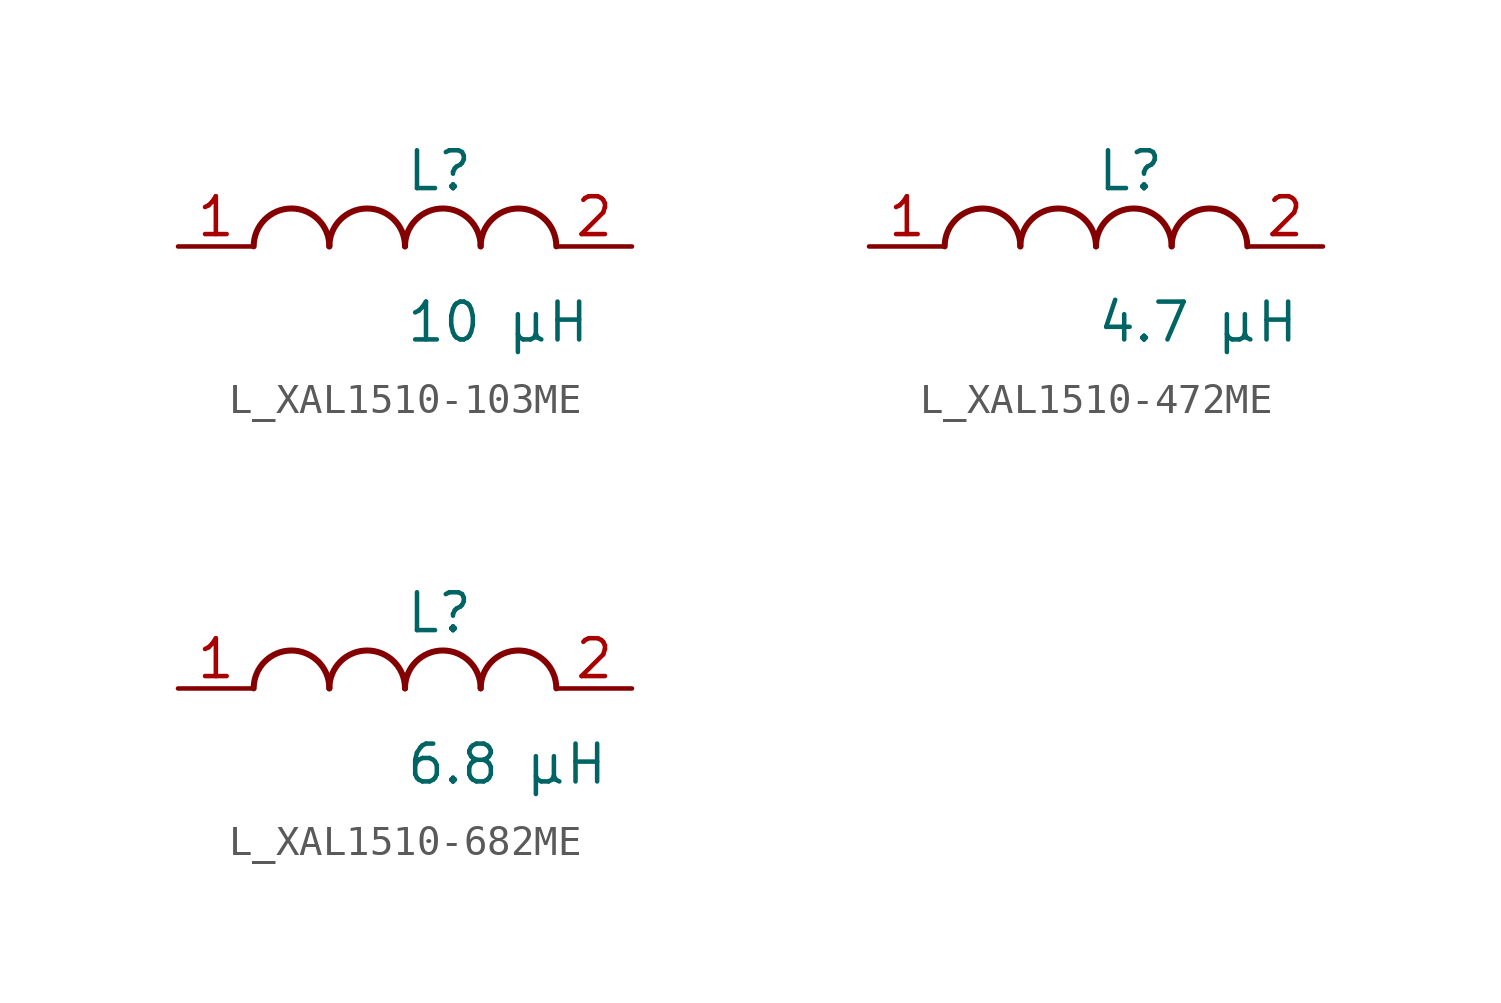
<source format=kicad_sym>
(kicad_symbol_lib
  (version 20231120)
  (generator kicad_symbol_editor)
  (generator_version 8.0)
  (symbol "L_XAL1510-103ME"
    (pin_names
      (offset 0.254))
    (property "Value" "10 µH"
      (at 0 -2.54 0)
      (effects (font (size 1.27 1.27)) (justify left)))
    (property "Reference" "L"
      (at 0 2.54 0)
      (effects (font (size 1.27 1.27)) (justify left)))
    (symbol "L_XAL1510-103ME_1_1"
      (arc (start -2.54 0.0056) (mid -3.81 1.27) (end -5.08 0.0056) (stroke (width 0.2032) (type default)) (fill (type none)))
      (arc (start 0 0.0056) (mid -1.27 1.27) (end -2.54 0.0056) (stroke (width 0.2032) (type default)) (fill (type none)))
      (arc (start 2.54 0.0056) (mid 1.27 1.27) (end 0 0.0056) (stroke (width 0.2032) (type default)) (fill (type none)))
      (arc (start 5.08 0.0056) (mid 3.81 1.27) (end 2.54 0.0056) (stroke (width 0.2032) (type default)) (fill (type none)))
      (pin unspecified line (at -7.62 0 0) (length 2.54) (name "" (effects (font (size 1.27 1.27)))) (number "1" (effects (font (size 1.27 1.27)))))
      (pin unspecified line (at 7.62 0 180) (length 2.54) (name "" (effects (font (size 1.27 1.27)))) (number "2" (effects (font (size 1.27 1.27)))))))
  (symbol "L_XAL1510-472ME"
    (pin_names
      (offset 0.254))
    (property "Value" "4.7 µH"
      (at 0 -2.54 0)
      (effects (font (size 1.27 1.27)) (justify left)))
    (property "Reference" "L"
      (at 0 2.54 0)
      (effects (font (size 1.27 1.27)) (justify left)))
    (symbol "L_XAL1510-472ME_1_1"
      (arc (start -2.54 0.0056) (mid -3.81 1.27) (end -5.08 0.0056) (stroke (width 0.2032) (type default)) (fill (type none)))
      (arc (start 0 0.0056) (mid -1.27 1.27) (end -2.54 0.0056) (stroke (width 0.2032) (type default)) (fill (type none)))
      (arc (start 2.54 0.0056) (mid 1.27 1.27) (end 0 0.0056) (stroke (width 0.2032) (type default)) (fill (type none)))
      (arc (start 5.08 0.0056) (mid 3.81 1.27) (end 2.54 0.0056) (stroke (width 0.2032) (type default)) (fill (type none)))
      (pin unspecified line (at -7.62 0 0) (length 2.54) (name "" (effects (font (size 1.27 1.27)))) (number "1" (effects (font (size 1.27 1.27)))))
      (pin unspecified line (at 7.62 0 180) (length 2.54) (name "" (effects (font (size 1.27 1.27)))) (number "2" (effects (font (size 1.27 1.27)))))))
  (symbol "L_XAL1510-682ME"
    (pin_names
      (offset 0.254))
    (property "Value" "6.8 µH"
      (at 0 -2.54 0)
      (effects (font (size 1.27 1.27)) (justify left)))
    (property "Reference" "L"
      (at 0 2.54 0)
      (effects (font (size 1.27 1.27)) (justify left)))
    (symbol "L_XAL1510-682ME_1_1"
      (arc (start -2.54 0.0056) (mid -3.81 1.27) (end -5.08 0.0056) (stroke (width 0.2032) (type default)) (fill (type none)))
      (arc (start 0 0.0056) (mid -1.27 1.27) (end -2.54 0.0056) (stroke (width 0.2032) (type default)) (fill (type none)))
      (arc (start 2.54 0.0056) (mid 1.27 1.27) (end 0 0.0056) (stroke (width 0.2032) (type default)) (fill (type none)))
      (arc (start 5.08 0.0056) (mid 3.81 1.27) (end 2.54 0.0056) (stroke (width 0.2032) (type default)) (fill (type none)))
      (pin unspecified line (at -7.62 0 0) (length 2.54) (name "" (effects (font (size 1.27 1.27)))) (number "1" (effects (font (size 1.27 1.27)))))
      (pin unspecified line (at 7.62 0 180) (length 2.54) (name "" (effects (font (size 1.27 1.27)))) (number "2" (effects (font (size 1.27 1.27))))))))
</source>
